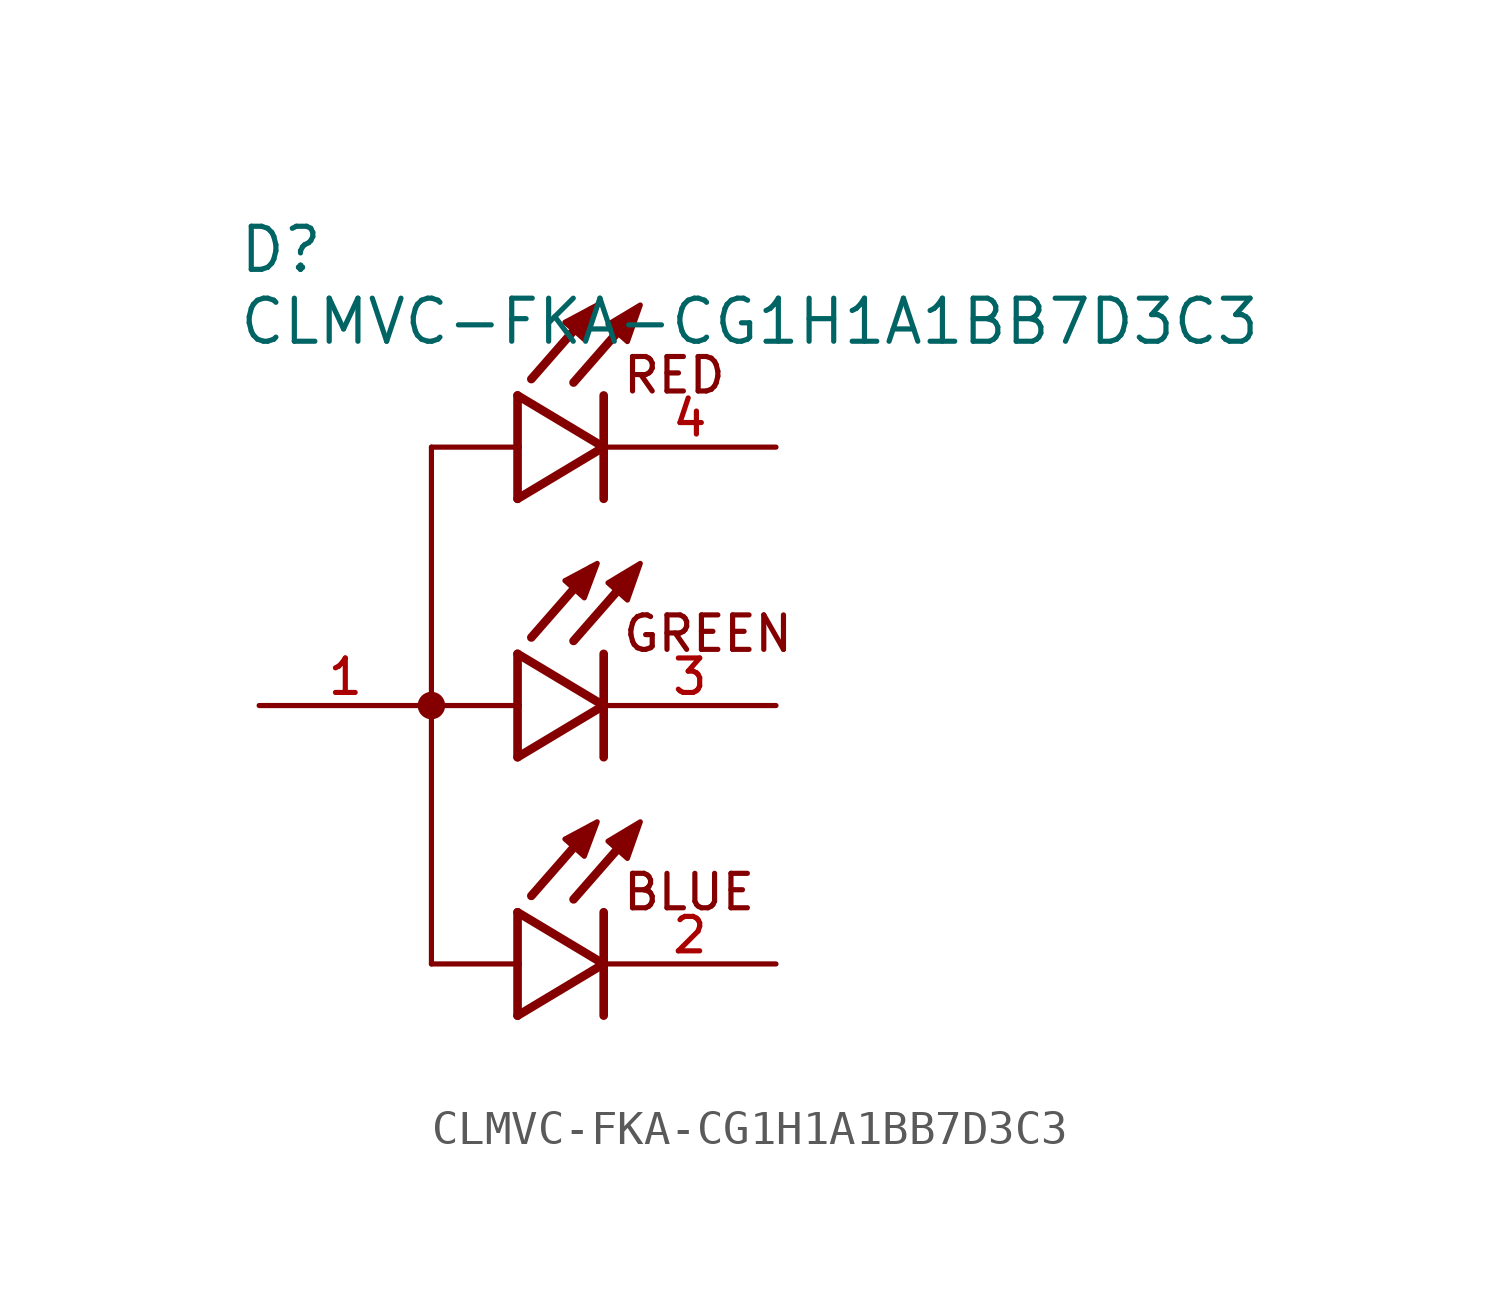
<source format=kicad_sym>
(kicad_symbol_lib
  (version 20211014)
  (generator kicad_symbol_editor)
  (symbol "CLMVC-FKA-CG1H1A1BB7D3C3"
    (pin_names
      (offset 1.016))
    (property "Reference" "D"
      (at -8.255 12.7 0)
      (effects (font (size 1.27 1.27)) (justify bottom left)))
    (property "Value" "CLMVC-FKA-CG1H1A1BB7D3C3"
      (at -8.255 12.065 0)
      (effects (font (size 1.27 1.27)) (justify top left)))
    (symbol "CLMVC-FKA-CG1H1A1BB7D3C3_0_0"
      (polyline (pts (xy -2.54 7.62) (xy -2.54 -7.62)) (stroke (width 0.152)))
      (circle (center -2.54 0.0) (radius 0.203) (stroke (width 0.406)) (fill (type none)))
      (text "RED" (at 3.048 9.144 0) (effects (font (size 1.016 1.016)) (justify bottom left)))
      (text "GREEN" (at 3.048 1.524 0) (effects (font (size 1.016 1.016)) (justify bottom left)))
      (text "BLUE" (at 3.048 -6.096 0) (effects (font (size 1.016 1.016)) (justify bottom left)))
      (polyline (pts (xy 0.0 9.144) (xy 0.0 7.62)) (stroke (width 0.254)))
      (polyline (pts (xy 0.0 7.62) (xy 0.0 6.096)) (stroke (width 0.254)))
      (polyline (pts (xy 0.0 6.096) (xy 2.54 7.62)) (stroke (width 0.254)))
      (polyline (pts (xy 2.54 7.62) (xy 0.0 9.144)) (stroke (width 0.254)))
      (polyline (pts (xy 2.54 9.144) (xy 2.54 7.62)) (stroke (width 0.254)))
      (polyline (pts (xy 2.54 7.62) (xy 2.54 6.096)) (stroke (width 0.254)))
      (polyline (pts (xy 0.0 7.62) (xy -2.54 7.62)) (stroke (width 0.152)))
      (polyline (pts (xy 3.429 11.557) (xy 1.651 9.525)) (stroke (width 0.254)))
      (polyline (pts (xy 2.184 11.659) (xy 0.406 9.627)) (stroke (width 0.254)))
      (polyline (pts (xy 1.397 11.303) (xy 1.968 10.795) (xy 2.349 11.811) (xy 1.397 11.303)) (stroke (width 0.152)) (fill (type outline)))
      (polyline (pts (xy 2.667 11.239) (xy 3.239 10.732) (xy 3.619 11.811) (xy 2.667 11.239)) (stroke (width 0.152)) (fill (type outline)))
      (polyline (pts (xy 0.0 1.524) (xy 0.0 0.0)) (stroke (width 0.254)))
      (polyline (pts (xy 0.0 0.0) (xy 0.0 -1.524)) (stroke (width 0.254)))
      (polyline (pts (xy 0.0 -1.524) (xy 2.54 0.0)) (stroke (width 0.254)))
      (polyline (pts (xy 2.54 0.0) (xy 0.0 1.524)) (stroke (width 0.254)))
      (polyline (pts (xy 2.54 1.524) (xy 2.54 0.0)) (stroke (width 0.254)))
      (polyline (pts (xy 2.54 0.0) (xy 2.54 -1.524)) (stroke (width 0.254)))
      (polyline (pts (xy 0.0 0.0) (xy -2.54 0.0)) (stroke (width 0.152)))
      (polyline (pts (xy 3.429 3.937) (xy 1.651 1.905)) (stroke (width 0.254)))
      (polyline (pts (xy 2.184 4.039) (xy 0.406 2.007)) (stroke (width 0.254)))
      (polyline (pts (xy 1.397 3.683) (xy 1.968 3.175) (xy 2.349 4.191) (xy 1.397 3.683)) (stroke (width 0.152)) (fill (type outline)))
      (polyline (pts (xy 2.667 3.619) (xy 3.239 3.111) (xy 3.619 4.191) (xy 2.667 3.619)) (stroke (width 0.152)) (fill (type outline)))
      (polyline (pts (xy 0.0 -6.096) (xy 0.0 -7.62)) (stroke (width 0.254)))
      (polyline (pts (xy 0.0 -7.62) (xy 0.0 -9.144)) (stroke (width 0.254)))
      (polyline (pts (xy 0.0 -9.144) (xy 2.54 -7.62)) (stroke (width 0.254)))
      (polyline (pts (xy 2.54 -7.62) (xy 0.0 -6.096)) (stroke (width 0.254)))
      (polyline (pts (xy 2.54 -6.096) (xy 2.54 -7.62)) (stroke (width 0.254)))
      (polyline (pts (xy 2.54 -7.62) (xy 2.54 -9.144)) (stroke (width 0.254)))
      (polyline (pts (xy 0.0 -7.62) (xy -2.54 -7.62)) (stroke (width 0.152)))
      (polyline (pts (xy 3.429 -3.683) (xy 1.651 -5.715)) (stroke (width 0.254)))
      (polyline (pts (xy 2.184 -3.581) (xy 0.406 -5.613)) (stroke (width 0.254)))
      (polyline (pts (xy 1.397 -3.937) (xy 1.968 -4.445) (xy 2.349 -3.429) (xy 1.397 -3.937)) (stroke (width 0.152)) (fill (type outline)))
      (polyline (pts (xy 2.667 -4) (xy 3.239 -4.508) (xy 3.619 -3.429) (xy 2.667 -4)) (stroke (width 0.152)) (fill (type outline)))
      (pin passive line (at 7.62 7.62 180.0) (length 5.08) (name "~" (effects (font (size 1.016 1.016)))) (number "4" (effects (font (size 1.016 1.016)))))
      (pin passive line (at -7.62 0.0 0) (length 5.08) (name "~" (effects (font (size 1.016 1.016)))) (number "1" (effects (font (size 1.016 1.016)))))
      (pin passive line (at 7.62 0.0 180.0) (length 5.08) (name "~" (effects (font (size 1.016 1.016)))) (number "3" (effects (font (size 1.016 1.016)))))
      (pin passive line (at 7.62 -7.62 180.0) (length 5.08) (name "~" (effects (font (size 1.016 1.016)))) (number "2" (effects (font (size 1.016 1.016))))))))
</source>
